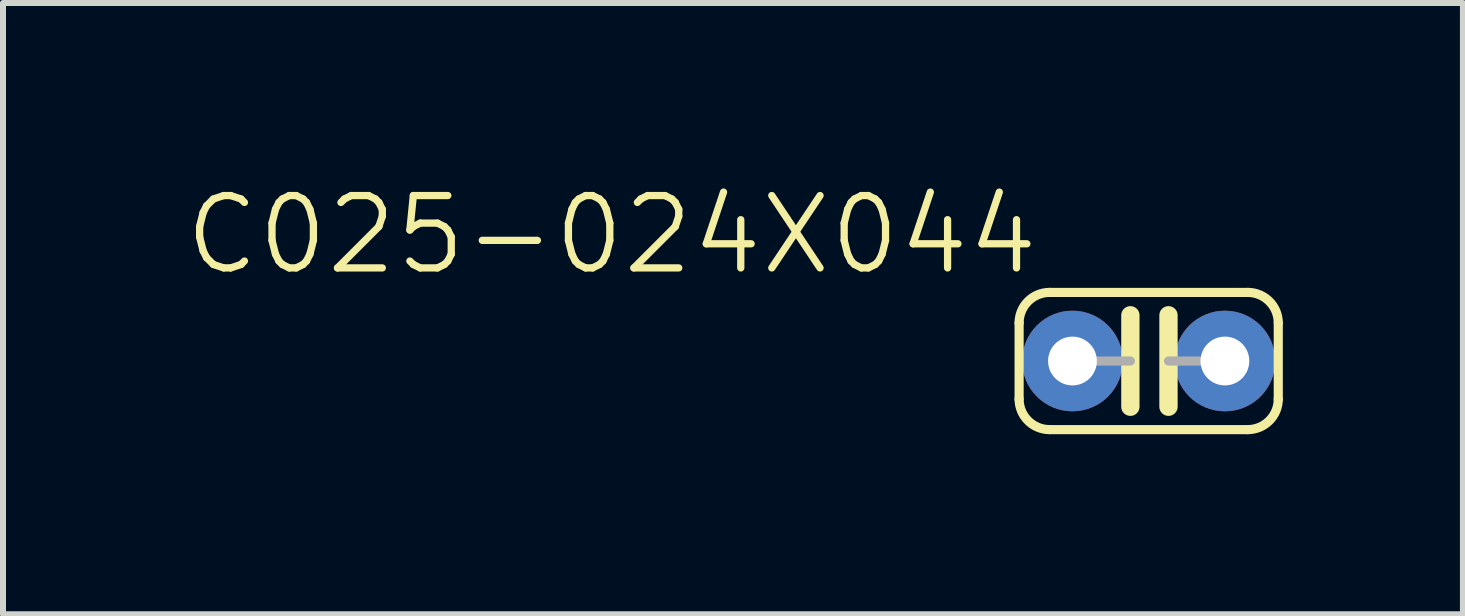
<source format=kicad_pcb>
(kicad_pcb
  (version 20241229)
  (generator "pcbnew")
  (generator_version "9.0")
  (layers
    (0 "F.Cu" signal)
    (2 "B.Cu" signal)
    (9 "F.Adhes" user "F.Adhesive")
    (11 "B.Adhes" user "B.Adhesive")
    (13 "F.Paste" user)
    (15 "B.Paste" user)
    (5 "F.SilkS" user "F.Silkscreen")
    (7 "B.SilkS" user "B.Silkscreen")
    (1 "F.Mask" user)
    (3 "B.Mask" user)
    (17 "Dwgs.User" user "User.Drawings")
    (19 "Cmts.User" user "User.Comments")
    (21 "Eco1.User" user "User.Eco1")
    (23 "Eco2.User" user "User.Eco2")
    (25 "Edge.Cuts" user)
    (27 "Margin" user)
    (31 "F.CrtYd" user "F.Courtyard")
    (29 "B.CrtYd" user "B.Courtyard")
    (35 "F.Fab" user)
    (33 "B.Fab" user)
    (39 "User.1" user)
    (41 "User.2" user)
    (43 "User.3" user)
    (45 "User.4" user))
  (footprint "C025-024X044"
    (layer "F.Cu")
    (at 16.089 2.965)
    (property "Reference" "C025-024X044" (at -1.778 -1.397 180) (layer "F.SilkS") (effects (font (size 1.206 1.206) (thickness 0.121)) (justify right bottom)))
    (attr through_hole)
    (fp_line (start -2.159 0.635) (end -2.159 -0.635) (stroke (width 0.152) (type solid)) (layer "F.SilkS"))
    (fp_line (start -0.305 -0.762) (end -0.305 0.762) (stroke (width 0.305) (type solid)) (layer "F.SilkS"))
    (fp_line (start 0.33 -0.762) (end 0.33 0.762) (stroke (width 0.305) (type solid)) (layer "F.SilkS"))
    (fp_line (start 1.651 -1.143) (end -1.651 -1.143) (stroke (width 0.152) (type solid)) (layer "F.SilkS"))
    (fp_line (start 1.651 1.143) (end -1.651 1.143) (stroke (width 0.152) (type solid)) (layer "F.SilkS"))
    (fp_line (start 2.159 0.635) (end 2.159 -0.635) (stroke (width 0.152) (type solid)) (layer "F.SilkS"))
    (fp_arc (start -2.159 -0.635) (mid -2.01021 -0.99421) (end -1.651 -1.143) (stroke (width 0.1524) (type solid)) (layer "F.SilkS"))
    (fp_arc (start -1.651 1.143) (mid -2.01021 0.99421) (end -2.159 0.635) (stroke (width 0.1524) (type solid)) (layer "F.SilkS"))
    (fp_arc (start 1.651 -1.143) (mid 2.01021 -0.99421) (end 2.159 -0.635) (stroke (width 0.1524) (type solid)) (layer "F.SilkS"))
    (fp_arc (start 2.159 0.635) (mid 2.01021 0.99421) (end 1.651 1.143) (stroke (width 0.1524) (type solid)) (layer "F.SilkS"))
    (fp_line (start -1.27 0) (end -0.305 0) (stroke (width 0.152) (type solid)) (layer "F.Fab"))
    (fp_line (start 1.27 0) (end 0.33 0) (stroke (width 0.152) (type solid)) (layer "F.Fab"))
    (pad "1" thru_hole circle (at -1.27 0) (size 1.676 1.676) (drill 0.813) (layers "*.Cu" "*.Mask"))
    (pad "2" thru_hole circle (at 1.27 0) (size 1.676 1.676) (drill 0.813) (layers "*.Cu" "*.Mask")))
  (gr_rect
    (start -3 -3)
    (end 21.325 7.185)
    (stroke (width 0.1) (type default))
    (fill no)
    (layer "Edge.Cuts")))
</source>
